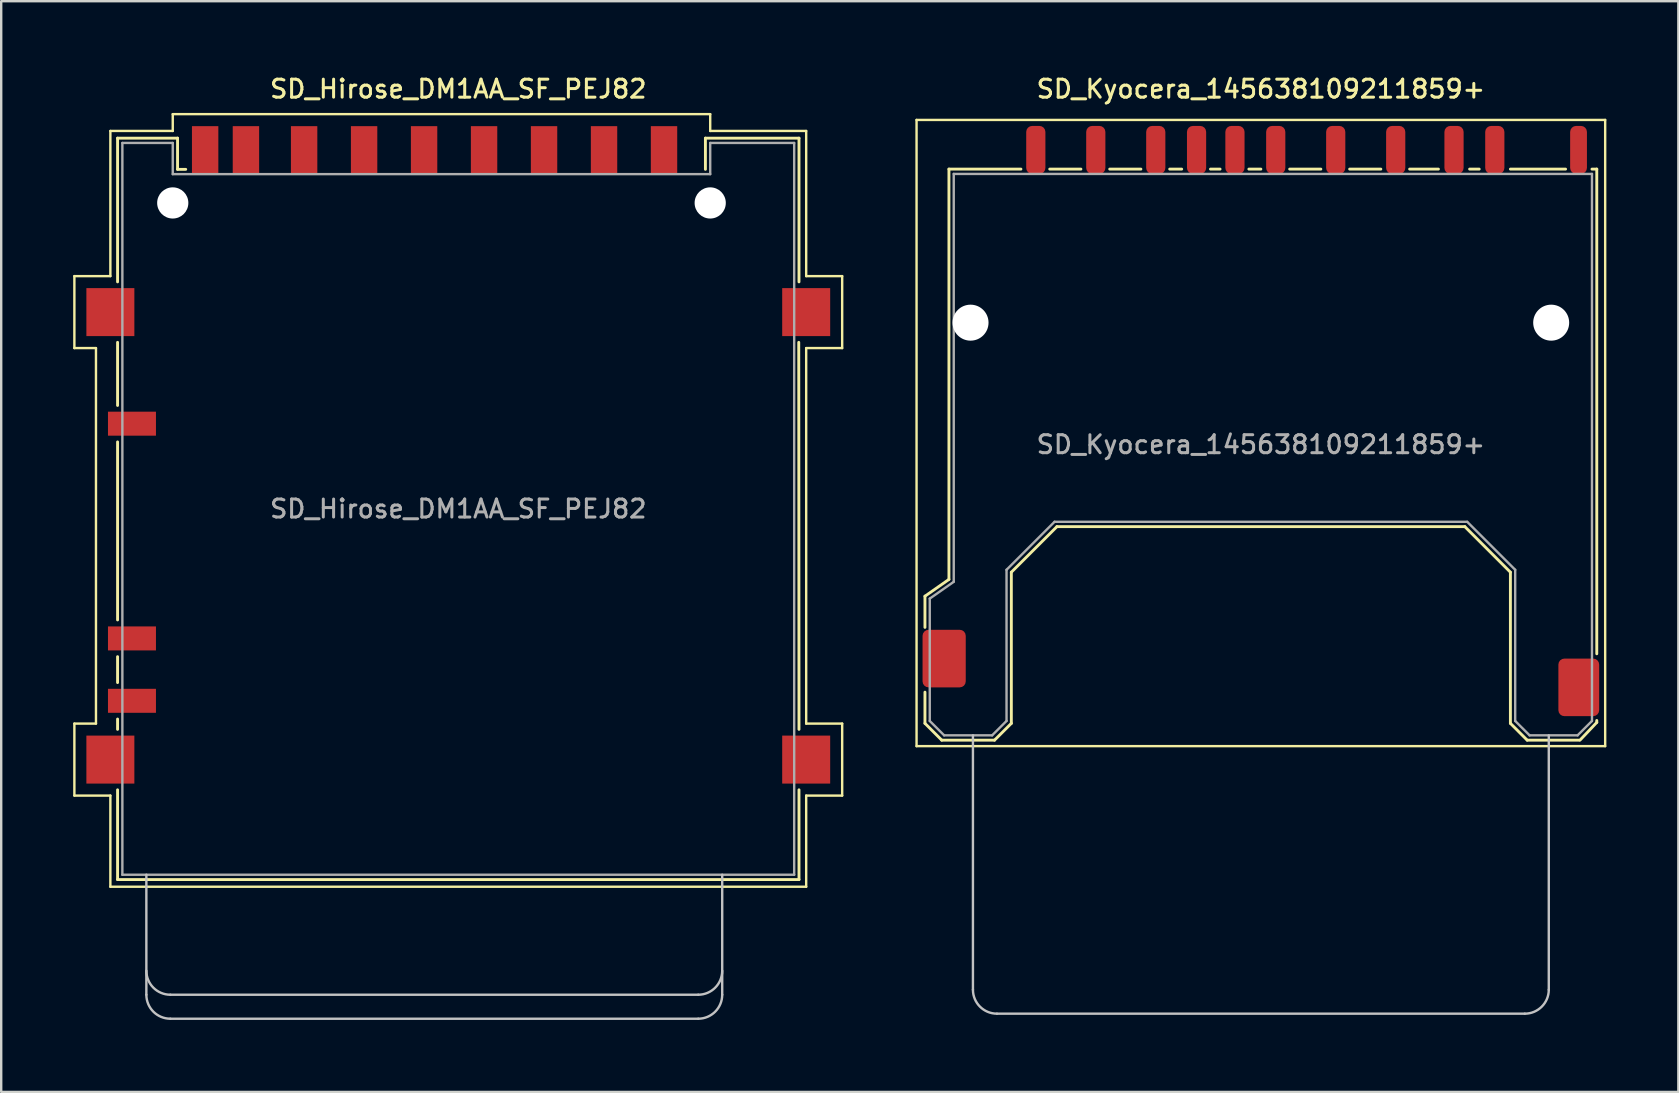
<source format=kicad_pcb>
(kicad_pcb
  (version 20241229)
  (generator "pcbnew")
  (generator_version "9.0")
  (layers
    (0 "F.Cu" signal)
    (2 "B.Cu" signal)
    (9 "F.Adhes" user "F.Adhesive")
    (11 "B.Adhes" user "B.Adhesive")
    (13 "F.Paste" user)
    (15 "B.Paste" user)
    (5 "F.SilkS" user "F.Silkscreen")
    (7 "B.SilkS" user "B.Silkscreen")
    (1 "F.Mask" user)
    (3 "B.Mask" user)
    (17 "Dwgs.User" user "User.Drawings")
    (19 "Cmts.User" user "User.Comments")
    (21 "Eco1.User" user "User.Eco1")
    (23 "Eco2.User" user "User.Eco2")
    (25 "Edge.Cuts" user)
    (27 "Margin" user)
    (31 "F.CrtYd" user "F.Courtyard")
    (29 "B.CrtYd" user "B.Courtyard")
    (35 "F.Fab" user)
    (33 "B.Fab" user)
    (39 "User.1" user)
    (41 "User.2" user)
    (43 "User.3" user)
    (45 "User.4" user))
  (footprint "SD_Kyocera_145638109211859+"
    (layer "F.Cu")
    (at 49.5 15.698)
    (property "Reference" "SD_Kyocera_145638109211859+" (at 0 -15.04 180) (layer "F.SilkS") (effects (font (size 0.75 0.75) (thickness 0.125))))
    (attr smd)
    (fp_line (start -14.35 -13.75) (end 14.35 -13.75) (stroke (width 0.1) (type solid)) (layer "F.SilkS"))
    (fp_line (start -14.35 12.35) (end -14.35 -13.75) (stroke (width 0.1) (type solid)) (layer "F.SilkS"))
    (fp_line (start -14 6.1) (end -14 7.4) (stroke (width 0.12) (type solid)) (layer "F.SilkS"))
    (fp_line (start -14 6.1) (end -13 5.4) (stroke (width 0.12) (type solid)) (layer "F.SilkS"))
    (fp_line (start -14 10.1) (end -14 11.4) (stroke (width 0.12) (type solid)) (layer "F.SilkS"))
    (fp_line (start -13.3 12.1) (end -14 11.4) (stroke (width 0.12) (type solid)) (layer "F.SilkS"))
    (fp_line (start -13.3 12.1) (end -11.1 12.1) (stroke (width 0.12) (type solid)) (layer "F.SilkS"))
    (fp_line (start -13 -11.7) (end -10 -11.7) (stroke (width 0.12) (type solid)) (layer "F.SilkS"))
    (fp_line (start -13 5.4) (end -13 -11.7) (stroke (width 0.12) (type solid)) (layer "F.SilkS"))
    (fp_line (start -10.4 11.4) (end -11.1 12.1) (stroke (width 0.12) (type solid)) (layer "F.SilkS"))
    (fp_line (start -10.4 11.4) (end -10.4 5.1) (stroke (width 0.12) (type solid)) (layer "F.SilkS"))
    (fp_line (start -8.8 -11.7) (end -7.5 -11.7) (stroke (width 0.12) (type solid)) (layer "F.SilkS"))
    (fp_line (start -8.5 3.2) (end -10.4 5.1) (stroke (width 0.12) (type solid)) (layer "F.SilkS"))
    (fp_line (start -6.3 -11.7) (end -5 -11.7) (stroke (width 0.12) (type solid)) (layer "F.SilkS"))
    (fp_line (start -3.8 -11.7) (end -3.3 -11.7) (stroke (width 0.12) (type solid)) (layer "F.SilkS"))
    (fp_line (start -2.1 -11.7) (end -1.7 -11.7) (stroke (width 0.12) (type solid)) (layer "F.SilkS"))
    (fp_line (start -0.5 -11.7) (end 0 -11.7) (stroke (width 0.12) (type solid)) (layer "F.SilkS"))
    (fp_line (start 1.2 -11.7) (end 2.5 -11.7) (stroke (width 0.12) (type solid)) (layer "F.SilkS"))
    (fp_line (start 3.7 -11.7) (end 5 -11.7) (stroke (width 0.12) (type solid)) (layer "F.SilkS"))
    (fp_line (start 6.2 -11.7) (end 7.4 -11.7) (stroke (width 0.12) (type solid)) (layer "F.SilkS"))
    (fp_line (start 8.5 3.2) (end -8.5 3.2) (stroke (width 0.12) (type solid)) (layer "F.SilkS"))
    (fp_line (start 8.5 3.2) (end 10.4 5.1) (stroke (width 0.12) (type solid)) (layer "F.SilkS"))
    (fp_line (start 8.7 -11.7) (end 9.1 -11.7) (stroke (width 0.12) (type solid)) (layer "F.SilkS"))
    (fp_line (start 10.4 -11.7) (end 12.7 -11.7) (stroke (width 0.12) (type solid)) (layer "F.SilkS"))
    (fp_line (start 10.4 11.4) (end 10.4 5.1) (stroke (width 0.12) (type solid)) (layer "F.SilkS"))
    (fp_line (start 10.4 11.4) (end 11.1 12.1) (stroke (width 0.12) (type solid)) (layer "F.SilkS"))
    (fp_line (start 13.26 12.1) (end 11.1 12.1) (stroke (width 0.12) (type solid)) (layer "F.SilkS"))
    (fp_line (start 13.3 12.1) (end 14 11.36) (stroke (width 0.12) (type solid)) (layer "F.SilkS"))
    (fp_line (start 13.8 -11.7) (end 14 -11.7) (stroke (width 0.12) (type solid)) (layer "F.SilkS"))
    (fp_line (start 14 -11.7) (end 14 8.5) (stroke (width 0.12) (type solid)) (layer "F.SilkS"))
    (fp_line (start 14 11.28) (end 14 11.36) (stroke (width 0.12) (type solid)) (layer "F.SilkS"))
    (fp_line (start 14.35 -13.75) (end 14.35 12.35) (stroke (width 0.1) (type solid)) (layer "F.SilkS"))
    (fp_line (start 14.35 12.35) (end -14.35 12.35) (stroke (width 0.1) (type solid)) (layer "F.SilkS"))
    (fp_line (start -12 22.5) (end -12 11.9) (stroke (width 0.1) (type solid)) (layer "Dwgs.User"))
    (fp_line (start 11 23.5) (end -11 23.5) (stroke (width 0.1) (type solid)) (layer "Dwgs.User"))
    (fp_line (start 12 11.9) (end 12 22.5) (stroke (width 0.1) (type solid)) (layer "Dwgs.User"))
    (fp_arc (start -11 23.5) (mid -11.707107 23.207107) (end -12 22.5) (stroke (width 0.1) (type solid)) (layer "Dwgs.User"))
    (fp_arc (start 12 22.5) (mid 11.707107 23.207107) (end 11 23.5) (stroke (width 0.1) (type solid)) (layer "Dwgs.User"))
    (fp_line (start -13.8 6.2) (end -12.8 5.5) (stroke (width 0.1) (type solid)) (layer "F.Fab"))
    (fp_line (start -13.8 11.3) (end -13.8 6.2) (stroke (width 0.1) (type solid)) (layer "F.Fab"))
    (fp_line (start -13.8 11.3) (end -13.2 11.9) (stroke (width 0.1) (type solid)) (layer "F.Fab"))
    (fp_line (start -12.8 -11.5) (end 13.8 -11.5) (stroke (width 0.1) (type solid)) (layer "F.Fab"))
    (fp_line (start -12.8 5.5) (end -12.8 -11.5) (stroke (width 0.1) (type solid)) (layer "F.Fab"))
    (fp_line (start -11.2 11.9) (end -13.2 11.9) (stroke (width 0.1) (type solid)) (layer "F.Fab"))
    (fp_line (start -11.2 11.9) (end -10.6 11.3) (stroke (width 0.1) (type solid)) (layer "F.Fab"))
    (fp_line (start -10.6 5) (end -10.6 11.3) (stroke (width 0.1) (type solid)) (layer "F.Fab"))
    (fp_line (start -10.6 5) (end -8.6 3) (stroke (width 0.1) (type solid)) (layer "F.Fab"))
    (fp_line (start 8.6 3) (end -8.6 3) (stroke (width 0.1) (type solid)) (layer "F.Fab"))
    (fp_line (start 8.6 3) (end 10.6 5) (stroke (width 0.1) (type solid)) (layer "F.Fab"))
    (fp_line (start 10.6 11.3) (end 10.6 5) (stroke (width 0.1) (type solid)) (layer "F.Fab"))
    (fp_line (start 10.6 11.3) (end 11.2 11.9) (stroke (width 0.1) (type solid)) (layer "F.Fab"))
    (fp_line (start 13.2 11.9) (end 11.2 11.9) (stroke (width 0.1) (type solid)) (layer "F.Fab"))
    (fp_line (start 13.2 11.9) (end 13.8 11.3) (stroke (width 0.1) (type solid)) (layer "F.Fab"))
    (fp_line (start 13.8 -11.5) (end 13.8 11.3) (stroke (width 0.1) (type solid)) (layer "F.Fab"))
    (fp_text user "${REFERENCE}" (at 0 -0.22 180) (layer "F.Fab") (effects (font (size 0.75 0.75) (thickness 0.125))))
    (pad "" np_thru_hole circle (at -12.1 -5.3 180) (size 1.5 1.5) (drill 1.5) (layers "*.Cu" "*.Mask"))
    (pad "" np_thru_hole circle (at 12.1 -5.3 180) (size 1.5 1.5) (drill 1.5) (layers "*.Cu" "*.Mask"))
    (pad "1" smd roundrect (at -6.88 -12.5) (size 0.8 2) (layers "F.Cu" "F.Mask" "F.Paste") (roundrect_rratio 0.313))
    (pad "2" smd roundrect (at -4.38 -12.5) (size 0.8 2) (layers "F.Cu" "F.Mask" "F.Paste") (roundrect_rratio 0.313))
    (pad "3" smd roundrect (at -1.08 -12.5) (size 0.8 2) (layers "F.Cu" "F.Mask" "F.Paste") (roundrect_rratio 0.313))
    (pad "4" smd roundrect (at 0.62 -12.5) (size 0.8 2) (layers "F.Cu" "F.Mask" "F.Paste") (roundrect_rratio 0.313))
    (pad "5" smd roundrect (at 3.12 -12.5) (size 0.8 2) (layers "F.Cu" "F.Mask" "F.Paste") (roundrect_rratio 0.313))
    (pad "6" smd roundrect (at 5.62 -12.5) (size 0.8 2) (layers "F.Cu" "F.Mask" "F.Paste") (roundrect_rratio 0.313))
    (pad "7" smd roundrect (at 8.05 -12.5) (size 0.8 2) (layers "F.Cu" "F.Mask" "F.Paste") (roundrect_rratio 0.313))
    (pad "8" smd roundrect (at 9.75 -12.5) (size 0.8 2) (layers "F.Cu" "F.Mask" "F.Paste") (roundrect_rratio 0.313))
    (pad "9" smd roundrect (at -9.38 -12.5) (size 0.8 2) (layers "F.Cu" "F.Mask" "F.Paste") (roundrect_rratio 0.313))
    (pad "10" smd roundrect (at -2.68 -12.5) (size 0.8 2) (layers "F.Cu" "F.Mask" "F.Paste") (roundrect_rratio 0.313))
    (pad "11" smd roundrect (at 13.24 -12.5) (size 0.7 2) (layers "F.Cu" "F.Mask" "F.Paste") (roundrect_rratio 0.357))
    (pad "12" smd roundrect (at 13.25 9.9) (size 1.7 2.4) (layers "F.Cu" "F.Mask" "F.Paste") (roundrect_rratio 0.147))
    (pad "13" smd roundrect (at -13.2 8.7) (size 1.8 2.4) (layers "F.Cu" "F.Mask" "F.Paste") (roundrect_rratio 0.139)))
  (footprint "SD_Hirose_DM1AA_SF_PEJ82"
    (layer "F.Cu")
    (at 16.05 18.158)
    (property "Reference" "SD_Hirose_DM1AA_SF_PEJ82" (at 0 -17.5 0) (layer "F.SilkS") (effects (font (size 0.75 0.75) (thickness 0.125))))
    (attr smd)
    (fp_line (start -16 -9.7) (end -16 -6.7) (stroke (width 0.1) (type solid)) (layer "F.SilkS"))
    (fp_line (start -16 -6.7) (end -15.1 -6.7) (stroke (width 0.1) (type solid)) (layer "F.SilkS"))
    (fp_line (start -16 8.95) (end -16 11.95) (stroke (width 0.1) (type solid)) (layer "F.SilkS"))
    (fp_line (start -16 11.95) (end -14.5 11.95) (stroke (width 0.1) (type solid)) (layer "F.SilkS"))
    (fp_line (start -15.1 -6.7) (end -15.1 8.95) (stroke (width 0.1) (type solid)) (layer "F.SilkS"))
    (fp_line (start -15.1 8.95) (end -16 8.95) (stroke (width 0.1) (type solid)) (layer "F.SilkS"))
    (fp_line (start -14.5 -15.75) (end -14.5 -9.7) (stroke (width 0.1) (type solid)) (layer "F.SilkS"))
    (fp_line (start -14.5 -15.75) (end -11.9 -15.75) (stroke (width 0.1) (type solid)) (layer "F.SilkS"))
    (fp_line (start -14.5 -9.7) (end -16 -9.7) (stroke (width 0.1) (type solid)) (layer "F.SilkS"))
    (fp_line (start -14.5 11.95) (end -14.5 15.75) (stroke (width 0.1) (type solid)) (layer "F.SilkS"))
    (fp_line (start -14.2 -15.45) (end -11.7 -15.45) (stroke (width 0.12) (type solid)) (layer "F.SilkS"))
    (fp_line (start -14.2 -9.46) (end -14.2 -15.45) (stroke (width 0.12) (type solid)) (layer "F.SilkS"))
    (fp_line (start -14.2 -4.31) (end -14.2 -6.94) (stroke (width 0.12) (type solid)) (layer "F.SilkS"))
    (fp_line (start -14.2 4.63) (end -14.2 -2.79) (stroke (width 0.12) (type solid)) (layer "F.SilkS"))
    (fp_line (start -14.2 7.24) (end -14.2 6.16) (stroke (width 0.12) (type solid)) (layer "F.SilkS"))
    (fp_line (start -14.2 9.19) (end -14.2 8.76) (stroke (width 0.12) (type solid)) (layer "F.SilkS"))
    (fp_line (start -14.2 15.45) (end -14.2 11.71) (stroke (width 0.12) (type solid)) (layer "F.SilkS"))
    (fp_line (start -11.9 -16.45) (end 10.5 -16.45) (stroke (width 0.1) (type solid)) (layer "F.SilkS"))
    (fp_line (start -11.9 -15.75) (end -11.9 -16.45) (stroke (width 0.1) (type solid)) (layer "F.SilkS"))
    (fp_line (start -11.7 -15.45) (end -11.7 -14.15) (stroke (width 0.12) (type solid)) (layer "F.SilkS"))
    (fp_line (start -11.7 -14.15) (end -11.36 -14.15) (stroke (width 0.12) (type solid)) (layer "F.SilkS"))
    (fp_line (start 10.3 -15.45) (end 10.3 -14.15) (stroke (width 0.12) (type solid)) (layer "F.SilkS"))
    (fp_line (start 10.5 -16.45) (end 10.5 -15.75) (stroke (width 0.1) (type solid)) (layer "F.SilkS"))
    (fp_line (start 10.5 -15.75) (end 14.5 -15.75) (stroke (width 0.1) (type solid)) (layer "F.SilkS"))
    (fp_line (start 14.19 -6.94) (end 14.2 9.19) (stroke (width 0.12) (type solid)) (layer "F.SilkS"))
    (fp_line (start 14.2 -15.45) (end 10.3 -15.45) (stroke (width 0.12) (type solid)) (layer "F.SilkS"))
    (fp_line (start 14.2 -15.45) (end 14.2 -9.46) (stroke (width 0.12) (type solid)) (layer "F.SilkS"))
    (fp_line (start 14.2 11.71) (end 14.2 15.45) (stroke (width 0.12) (type solid)) (layer "F.SilkS"))
    (fp_line (start 14.2 15.45) (end -14.2 15.45) (stroke (width 0.12) (type solid)) (layer "F.SilkS"))
    (fp_line (start 14.5 -15.75) (end 14.5 -9.7) (stroke (width 0.1) (type solid)) (layer "F.SilkS"))
    (fp_line (start 14.5 -9.7) (end 16 -9.7) (stroke (width 0.1) (type solid)) (layer "F.SilkS"))
    (fp_line (start 14.5 -6.7) (end 14.5 8.95) (stroke (width 0.1) (type solid)) (layer "F.SilkS"))
    (fp_line (start 14.5 8.95) (end 16 8.95) (stroke (width 0.1) (type solid)) (layer "F.SilkS"))
    (fp_line (start 14.5 11.95) (end 14.5 15.75) (stroke (width 0.1) (type solid)) (layer "F.SilkS"))
    (fp_line (start 14.5 15.75) (end -14.5 15.75) (stroke (width 0.1) (type solid)) (layer "F.SilkS"))
    (fp_line (start 16 -9.7) (end 16 -6.7) (stroke (width 0.1) (type solid)) (layer "F.SilkS"))
    (fp_line (start 16 -6.7) (end 14.5 -6.7) (stroke (width 0.1) (type solid)) (layer "F.SilkS"))
    (fp_line (start 16 8.95) (end 16 11.95) (stroke (width 0.1) (type solid)) (layer "F.SilkS"))
    (fp_line (start 16 11.95) (end 14.5 11.95) (stroke (width 0.1) (type solid)) (layer "F.SilkS"))
    (fp_line (start -13 20.25) (end -13 15.25) (stroke (width 0.1) (type solid)) (layer "Dwgs.User"))
    (fp_line (start 10 20.25) (end -12 20.25) (stroke (width 0.1) (type solid)) (layer "Dwgs.User"))
    (fp_line (start 10 21.25) (end -12 21.25) (stroke (width 0.1) (type solid)) (layer "Dwgs.User"))
    (fp_line (start 11 20.25) (end 11 15.25) (stroke (width 0.1) (type solid)) (layer "Dwgs.User"))
    (fp_arc (start -12 20.25) (mid -12.707107 19.957107) (end -13 19.25) (stroke (width 0.1) (type solid)) (layer "Dwgs.User"))
    (fp_arc (start -12 21.25) (mid -12.707107 20.957107) (end -13 20.25) (stroke (width 0.1) (type solid)) (layer "Dwgs.User"))
    (fp_arc (start 11 19.25) (mid 10.707107 19.957107) (end 10 20.25) (stroke (width 0.1) (type solid)) (layer "Dwgs.User"))
    (fp_arc (start 11 20.25) (mid 10.707107 20.957107) (end 10 21.25) (stroke (width 0.1) (type solid)) (layer "Dwgs.User"))
    (fp_line (start -14 -15.25) (end -14 15.25) (stroke (width 0.1) (type solid)) (layer "F.Fab"))
    (fp_line (start -14 -15.25) (end -11.9 -15.25) (stroke (width 0.1) (type solid)) (layer "F.Fab"))
    (fp_line (start -11.9 -13.95) (end -11.9 -15.25) (stroke (width 0.1) (type solid)) (layer "F.Fab"))
    (fp_line (start 10.5 -15.25) (end 10.5 -13.95) (stroke (width 0.1) (type solid)) (layer "F.Fab"))
    (fp_line (start 10.5 -13.95) (end -11.9 -13.95) (stroke (width 0.1) (type solid)) (layer "F.Fab"))
    (fp_line (start 14 -15.25) (end 10.5 -15.25) (stroke (width 0.1) (type solid)) (layer "F.Fab"))
    (fp_line (start 14 15.25) (end -14 15.25) (stroke (width 0.1) (type solid)) (layer "F.Fab"))
    (fp_line (start 14 15.25) (end 14 -15.25) (stroke (width 0.1) (type solid)) (layer "F.Fab"))
    (fp_text user "${REFERENCE}" (at 0 0 0) (layer "F.Fab") (effects (font (size 0.75 0.75) (thickness 0.125))))
    (pad "" np_thru_hole circle (at -11.9 -12.75) (size 1.3 1.3) (drill 1.3) (layers "*.Cu" "*.Mask"))
    (pad "" np_thru_hole circle (at 10.5 -12.75) (size 1.3 1.3) (drill 1.3) (layers "*.Cu" "*.Mask"))
    (pad "1" smd rect (at 6.075 -14.95) (size 1.1 2) (layers "F.Cu" "F.Mask" "F.Paste"))
    (pad "2" smd rect (at 3.575 -14.95) (size 1.1 2) (layers "F.Cu" "F.Mask" "F.Paste"))
    (pad "3" smd rect (at 1.075 -14.95) (size 1.1 2) (layers "F.Cu" "F.Mask" "F.Paste"))
    (pad "4" smd rect (at -1.425 -14.95) (size 1.1 2) (layers "F.Cu" "F.Mask" "F.Paste"))
    (pad "5" smd rect (at -3.925 -14.95) (size 1.1 2) (layers "F.Cu" "F.Mask" "F.Paste"))
    (pad "6" smd rect (at -6.425 -14.95) (size 1.1 2) (layers "F.Cu" "F.Mask" "F.Paste"))
    (pad "7" smd rect (at -8.85 -14.95) (size 1.1 2) (layers "F.Cu" "F.Mask" "F.Paste"))
    (pad "8" smd rect (at -10.55 -14.95) (size 1.1 2) (layers "F.Cu" "F.Mask" "F.Paste"))
    (pad "9" smd rect (at 8.575 -14.95) (size 1.1 2) (layers "F.Cu" "F.Mask" "F.Paste"))
    (pad "CP" smd rect (at -13.6 -3.55) (size 2 1) (layers "F.Cu" "F.Mask" "F.Paste"))
    (pad "SH" smd rect (at -14.5 -8.2) (size 2 2) (layers "F.Cu" "F.Mask" "F.Paste"))
    (pad "SH" smd rect (at -14.5 10.45) (size 2 2) (layers "F.Cu" "F.Mask" "F.Paste"))
    (pad "SH" smd rect (at 14.5 -8.2) (size 2 2) (layers "F.Cu" "F.Mask" "F.Paste"))
    (pad "SH" smd rect (at 14.5 10.45) (size 2 2) (layers "F.Cu" "F.Mask" "F.Paste"))
    (pad "SW" smd rect (at -13.6 8) (size 2 1) (layers "F.Cu" "F.Mask" "F.Paste"))
    (pad "WP" smd rect (at -13.6 5.4) (size 2 1) (layers "F.Cu" "F.Mask" "F.Paste")))
  (gr_rect
    (start -3 -3)
    (end 66.9 42.458)
    (stroke (width 0.1) (type default))
    (fill no)
    (layer "Edge.Cuts")))
</source>
